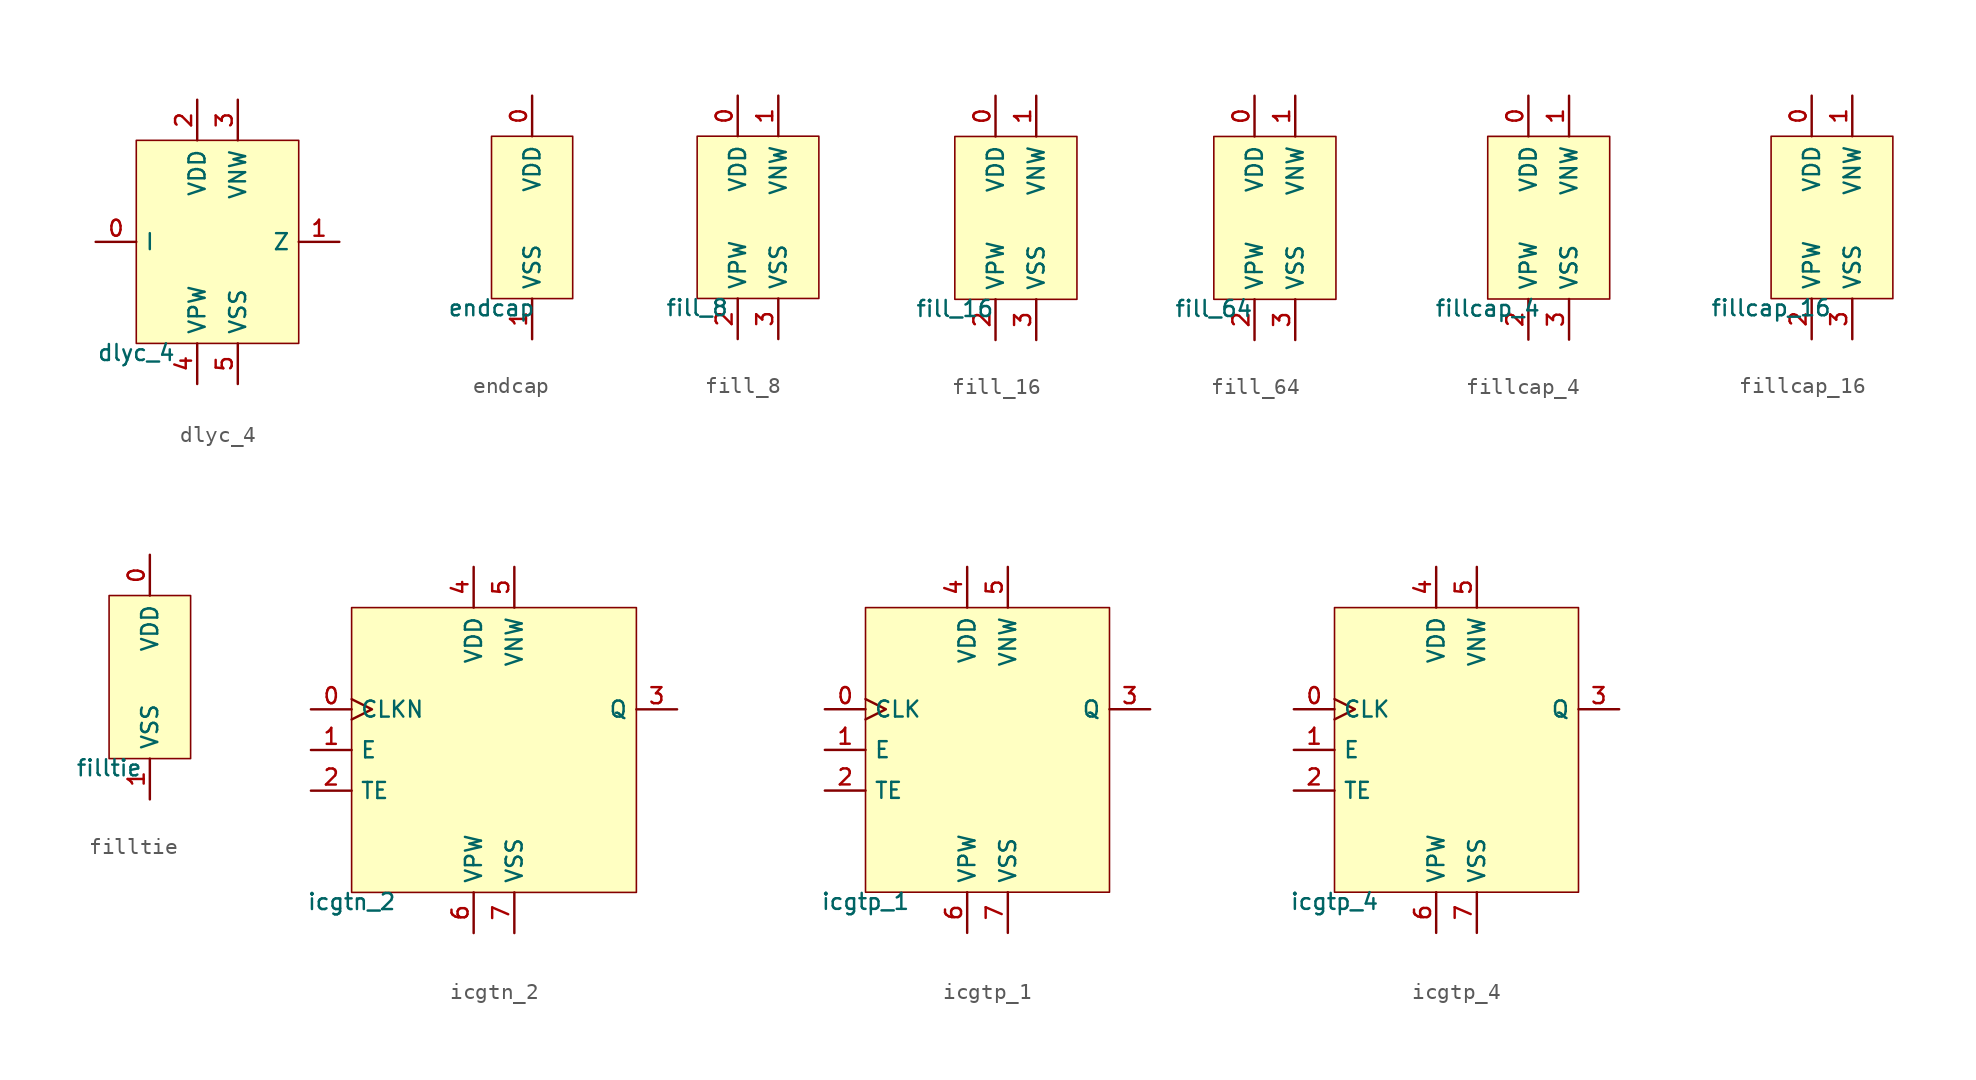
<source format=kicad_sym>
(kicad_symbol_lib
  (version 20211014)
  (generator pdk2kicad)
  (symbol "dlyc_4"
    (property "Reference" "X"
      (at 0 0 0)
      (effects (font (size 1 1)) hide))
    (property "Value" "dlyc_4"
      (at -5.08 -6.35 0)
      (effects (font (size 1 1)) (justify top)))
    (rectangle
      (start -5.08 -6.35)
      (end 5.08 6.35)
      (stroke (width 0.1) (type solid) (color 0 0 0 0))
      (fill (type background)))
    (pin input line
      (at -7.62 -4.440892098500626e-16 0)
      (length 2.54)
      (name "I" (effects (font (size 1 1)) hide))
      (number "0" (effects (font (size 1 1)) hide)))
    (pin output line
      (at 7.62 -4.440892098500626e-16 180)
      (length 2.54)
      (name "Z" (effects (font (size 1 1)) hide))
      (number "1" (effects (font (size 1 1)) hide)))
    (pin power_in line
      (at -1.27 8.89 270)
      (length 2.54)
      (name "VDD" (effects (font (size 1 1)) hide))
      (number "2" (effects (font (size 1 1)) hide)))
    (pin power_in line
      (at 1.27 8.89 270)
      (length 2.54)
      (name "VNW" (effects (font (size 1 1)) hide))
      (number "3" (effects (font (size 1 1)) hide)))
    (pin power_in line
      (at -1.27 -8.89 90)
      (length 2.54)
      (name "VPW" (effects (font (size 1 1)) hide))
      (number "4" (effects (font (size 1 1)) hide)))
    (pin power_in line
      (at 1.27 -8.89 90)
      (length 2.54)
      (name "VSS" (effects (font (size 1 1)) hide))
      (number "5" (effects (font (size 1 1)) hide))))
  (symbol "endcap"
    (property "Reference" "X"
      (at 0 0 0)
      (effects (font (size 1 1)) hide))
    (property "Value" "endcap"
      (at -2.54 -5.08 0)
      (effects (font (size 1 1)) (justify top)))
    (rectangle
      (start -2.54 -5.08)
      (end 2.54 5.08)
      (stroke (width 0.1) (type solid) (color 0 0 0 0))
      (fill (type background)))
    (pin power_in line
      (at 0.0 7.62 270)
      (length 2.54)
      (name "VDD" (effects (font (size 1 1)) hide))
      (number "0" (effects (font (size 1 1)) hide)))
    (pin power_in line
      (at 0.0 -7.62 90)
      (length 2.54)
      (name "VSS" (effects (font (size 1 1)) hide))
      (number "1" (effects (font (size 1 1)) hide))))
  (symbol "fill_8"
    (property "Reference" "X"
      (at 0 0 0)
      (effects (font (size 1 1)) hide))
    (property "Value" "fill_8"
      (at -3.81 -5.08 0)
      (effects (font (size 1 1)) (justify top)))
    (rectangle
      (start -3.81 -5.08)
      (end 3.81 5.08)
      (stroke (width 0.1) (type solid) (color 0 0 0 0))
      (fill (type background)))
    (pin power_in line
      (at -1.27 7.62 270)
      (length 2.54)
      (name "VDD" (effects (font (size 1 1)) hide))
      (number "0" (effects (font (size 1 1)) hide)))
    (pin power_in line
      (at 1.27 7.62 270)
      (length 2.54)
      (name "VNW" (effects (font (size 1 1)) hide))
      (number "1" (effects (font (size 1 1)) hide)))
    (pin power_in line
      (at -1.27 -7.62 90)
      (length 2.54)
      (name "VPW" (effects (font (size 1 1)) hide))
      (number "2" (effects (font (size 1 1)) hide)))
    (pin power_in line
      (at 1.27 -7.62 90)
      (length 2.54)
      (name "VSS" (effects (font (size 1 1)) hide))
      (number "3" (effects (font (size 1 1)) hide))))
  (symbol "fill_16"
    (property "Reference" "X"
      (at 0 0 0)
      (effects (font (size 1 1)) hide))
    (property "Value" "fill_16"
      (at -3.81 -5.08 0)
      (effects (font (size 1 1)) (justify top)))
    (rectangle
      (start -3.81 -5.08)
      (end 3.81 5.08)
      (stroke (width 0.1) (type solid) (color 0 0 0 0))
      (fill (type background)))
    (pin power_in line
      (at -1.27 7.62 270)
      (length 2.54)
      (name "VDD" (effects (font (size 1 1)) hide))
      (number "0" (effects (font (size 1 1)) hide)))
    (pin power_in line
      (at 1.27 7.62 270)
      (length 2.54)
      (name "VNW" (effects (font (size 1 1)) hide))
      (number "1" (effects (font (size 1 1)) hide)))
    (pin power_in line
      (at -1.27 -7.62 90)
      (length 2.54)
      (name "VPW" (effects (font (size 1 1)) hide))
      (number "2" (effects (font (size 1 1)) hide)))
    (pin power_in line
      (at 1.27 -7.62 90)
      (length 2.54)
      (name "VSS" (effects (font (size 1 1)) hide))
      (number "3" (effects (font (size 1 1)) hide))))
  (symbol "fill_64"
    (property "Reference" "X"
      (at 0 0 0)
      (effects (font (size 1 1)) hide))
    (property "Value" "fill_64"
      (at -3.81 -5.08 0)
      (effects (font (size 1 1)) (justify top)))
    (rectangle
      (start -3.81 -5.08)
      (end 3.81 5.08)
      (stroke (width 0.1) (type solid) (color 0 0 0 0))
      (fill (type background)))
    (pin power_in line
      (at -1.27 7.62 270)
      (length 2.54)
      (name "VDD" (effects (font (size 1 1)) hide))
      (number "0" (effects (font (size 1 1)) hide)))
    (pin power_in line
      (at 1.27 7.62 270)
      (length 2.54)
      (name "VNW" (effects (font (size 1 1)) hide))
      (number "1" (effects (font (size 1 1)) hide)))
    (pin power_in line
      (at -1.27 -7.62 90)
      (length 2.54)
      (name "VPW" (effects (font (size 1 1)) hide))
      (number "2" (effects (font (size 1 1)) hide)))
    (pin power_in line
      (at 1.27 -7.62 90)
      (length 2.54)
      (name "VSS" (effects (font (size 1 1)) hide))
      (number "3" (effects (font (size 1 1)) hide))))
  (symbol "fillcap_4"
    (property "Reference" "X"
      (at 0 0 0)
      (effects (font (size 1 1)) hide))
    (property "Value" "fillcap_4"
      (at -3.81 -5.08 0)
      (effects (font (size 1 1)) (justify top)))
    (rectangle
      (start -3.81 -5.08)
      (end 3.81 5.08)
      (stroke (width 0.1) (type solid) (color 0 0 0 0))
      (fill (type background)))
    (pin power_in line
      (at -1.27 7.62 270)
      (length 2.54)
      (name "VDD" (effects (font (size 1 1)) hide))
      (number "0" (effects (font (size 1 1)) hide)))
    (pin power_in line
      (at 1.27 7.62 270)
      (length 2.54)
      (name "VNW" (effects (font (size 1 1)) hide))
      (number "1" (effects (font (size 1 1)) hide)))
    (pin power_in line
      (at -1.27 -7.62 90)
      (length 2.54)
      (name "VPW" (effects (font (size 1 1)) hide))
      (number "2" (effects (font (size 1 1)) hide)))
    (pin power_in line
      (at 1.27 -7.62 90)
      (length 2.54)
      (name "VSS" (effects (font (size 1 1)) hide))
      (number "3" (effects (font (size 1 1)) hide))))
  (symbol "fillcap_16"
    (property "Reference" "X"
      (at 0 0 0)
      (effects (font (size 1 1)) hide))
    (property "Value" "fillcap_16"
      (at -3.81 -5.08 0)
      (effects (font (size 1 1)) (justify top)))
    (rectangle
      (start -3.81 -5.08)
      (end 3.81 5.08)
      (stroke (width 0.1) (type solid) (color 0 0 0 0))
      (fill (type background)))
    (pin power_in line
      (at -1.27 7.62 270)
      (length 2.54)
      (name "VDD" (effects (font (size 1 1)) hide))
      (number "0" (effects (font (size 1 1)) hide)))
    (pin power_in line
      (at 1.27 7.62 270)
      (length 2.54)
      (name "VNW" (effects (font (size 1 1)) hide))
      (number "1" (effects (font (size 1 1)) hide)))
    (pin power_in line
      (at -1.27 -7.62 90)
      (length 2.54)
      (name "VPW" (effects (font (size 1 1)) hide))
      (number "2" (effects (font (size 1 1)) hide)))
    (pin power_in line
      (at 1.27 -7.62 90)
      (length 2.54)
      (name "VSS" (effects (font (size 1 1)) hide))
      (number "3" (effects (font (size 1 1)) hide))))
  (symbol "filltie"
    (property "Reference" "X"
      (at 0 0 0)
      (effects (font (size 1 1)) hide))
    (property "Value" "filltie"
      (at -2.54 -5.08 0)
      (effects (font (size 1 1)) (justify top)))
    (rectangle
      (start -2.54 -5.08)
      (end 2.54 5.08)
      (stroke (width 0.1) (type solid) (color 0 0 0 0))
      (fill (type background)))
    (pin power_in line
      (at 0.0 7.62 270)
      (length 2.54)
      (name "VDD" (effects (font (size 1 1)) hide))
      (number "0" (effects (font (size 1 1)) hide)))
    (pin power_in line
      (at 0.0 -7.62 90)
      (length 2.54)
      (name "VSS" (effects (font (size 1 1)) hide))
      (number "1" (effects (font (size 1 1)) hide))))
  (symbol "icgtn_2"
    (property "Reference" "X"
      (at 0 0 0)
      (effects (font (size 1 1)) hide))
    (property "Value" "icgtn_2"
      (at -8.89 -8.89 0)
      (effects (font (size 1 1)) (justify top)))
    (rectangle
      (start -8.89 -8.89)
      (end 8.89 8.89)
      (stroke (width 0.1) (type solid) (color 0 0 0 0))
      (fill (type background)))
    (pin input clock
      (at -11.43 2.54 0)
      (length 2.54)
      (name "CLKN" (effects (font (size 1 1)) hide))
      (number "0" (effects (font (size 1 1)) hide)))
    (pin input line
      (at -11.43 4.440892098500626e-16 0)
      (length 2.54)
      (name "E" (effects (font (size 1 1)) hide))
      (number "1" (effects (font (size 1 1)) hide)))
    (pin input line
      (at -11.43 -2.54 0)
      (length 2.54)
      (name "TE" (effects (font (size 1 1)) hide))
      (number "2" (effects (font (size 1 1)) hide)))
    (pin output line
      (at 11.43 2.54 180)
      (length 2.54)
      (name "Q" (effects (font (size 1 1)) hide))
      (number "3" (effects (font (size 1 1)) hide)))
    (pin power_in line
      (at -1.27 11.43 270)
      (length 2.54)
      (name "VDD" (effects (font (size 1 1)) hide))
      (number "4" (effects (font (size 1 1)) hide)))
    (pin power_in line
      (at 1.27 11.43 270)
      (length 2.54)
      (name "VNW" (effects (font (size 1 1)) hide))
      (number "5" (effects (font (size 1 1)) hide)))
    (pin power_in line
      (at -1.27 -11.43 90)
      (length 2.54)
      (name "VPW" (effects (font (size 1 1)) hide))
      (number "6" (effects (font (size 1 1)) hide)))
    (pin power_in line
      (at 1.27 -11.43 90)
      (length 2.54)
      (name "VSS" (effects (font (size 1 1)) hide))
      (number "7" (effects (font (size 1 1)) hide))))
  (symbol "icgtp_1"
    (property "Reference" "X"
      (at 0 0 0)
      (effects (font (size 1 1)) hide))
    (property "Value" "icgtp_1"
      (at -7.62 -8.89 0)
      (effects (font (size 1 1)) (justify top)))
    (rectangle
      (start -7.62 -8.89)
      (end 7.62 8.89)
      (stroke (width 0.1) (type solid) (color 0 0 0 0))
      (fill (type background)))
    (pin input clock
      (at -10.16 2.54 0)
      (length 2.54)
      (name "CLK" (effects (font (size 1 1)) hide))
      (number "0" (effects (font (size 1 1)) hide)))
    (pin input line
      (at -10.16 4.440892098500626e-16 0)
      (length 2.54)
      (name "E" (effects (font (size 1 1)) hide))
      (number "1" (effects (font (size 1 1)) hide)))
    (pin input line
      (at -10.16 -2.54 0)
      (length 2.54)
      (name "TE" (effects (font (size 1 1)) hide))
      (number "2" (effects (font (size 1 1)) hide)))
    (pin output line
      (at 10.16 2.54 180)
      (length 2.54)
      (name "Q" (effects (font (size 1 1)) hide))
      (number "3" (effects (font (size 1 1)) hide)))
    (pin power_in line
      (at -1.27 11.43 270)
      (length 2.54)
      (name "VDD" (effects (font (size 1 1)) hide))
      (number "4" (effects (font (size 1 1)) hide)))
    (pin power_in line
      (at 1.27 11.43 270)
      (length 2.54)
      (name "VNW" (effects (font (size 1 1)) hide))
      (number "5" (effects (font (size 1 1)) hide)))
    (pin power_in line
      (at -1.27 -11.43 90)
      (length 2.54)
      (name "VPW" (effects (font (size 1 1)) hide))
      (number "6" (effects (font (size 1 1)) hide)))
    (pin power_in line
      (at 1.27 -11.43 90)
      (length 2.54)
      (name "VSS" (effects (font (size 1 1)) hide))
      (number "7" (effects (font (size 1 1)) hide))))
  (symbol "icgtp_4"
    (property "Reference" "X"
      (at 0 0 0)
      (effects (font (size 1 1)) hide))
    (property "Value" "icgtp_4"
      (at -7.62 -8.89 0)
      (effects (font (size 1 1)) (justify top)))
    (rectangle
      (start -7.62 -8.89)
      (end 7.62 8.89)
      (stroke (width 0.1) (type solid) (color 0 0 0 0))
      (fill (type background)))
    (pin input clock
      (at -10.16 2.54 0)
      (length 2.54)
      (name "CLK" (effects (font (size 1 1)) hide))
      (number "0" (effects (font (size 1 1)) hide)))
    (pin input line
      (at -10.16 4.440892098500626e-16 0)
      (length 2.54)
      (name "E" (effects (font (size 1 1)) hide))
      (number "1" (effects (font (size 1 1)) hide)))
    (pin input line
      (at -10.16 -2.54 0)
      (length 2.54)
      (name "TE" (effects (font (size 1 1)) hide))
      (number "2" (effects (font (size 1 1)) hide)))
    (pin output line
      (at 10.16 2.54 180)
      (length 2.54)
      (name "Q" (effects (font (size 1 1)) hide))
      (number "3" (effects (font (size 1 1)) hide)))
    (pin power_in line
      (at -1.27 11.43 270)
      (length 2.54)
      (name "VDD" (effects (font (size 1 1)) hide))
      (number "4" (effects (font (size 1 1)) hide)))
    (pin power_in line
      (at 1.27 11.43 270)
      (length 2.54)
      (name "VNW" (effects (font (size 1 1)) hide))
      (number "5" (effects (font (size 1 1)) hide)))
    (pin power_in line
      (at -1.27 -11.43 90)
      (length 2.54)
      (name "VPW" (effects (font (size 1 1)) hide))
      (number "6" (effects (font (size 1 1)) hide)))
    (pin power_in line
      (at 1.27 -11.43 90)
      (length 2.54)
      (name "VSS" (effects (font (size 1 1)) hide))
      (number "7" (effects (font (size 1 1)) hide)))))
</source>
